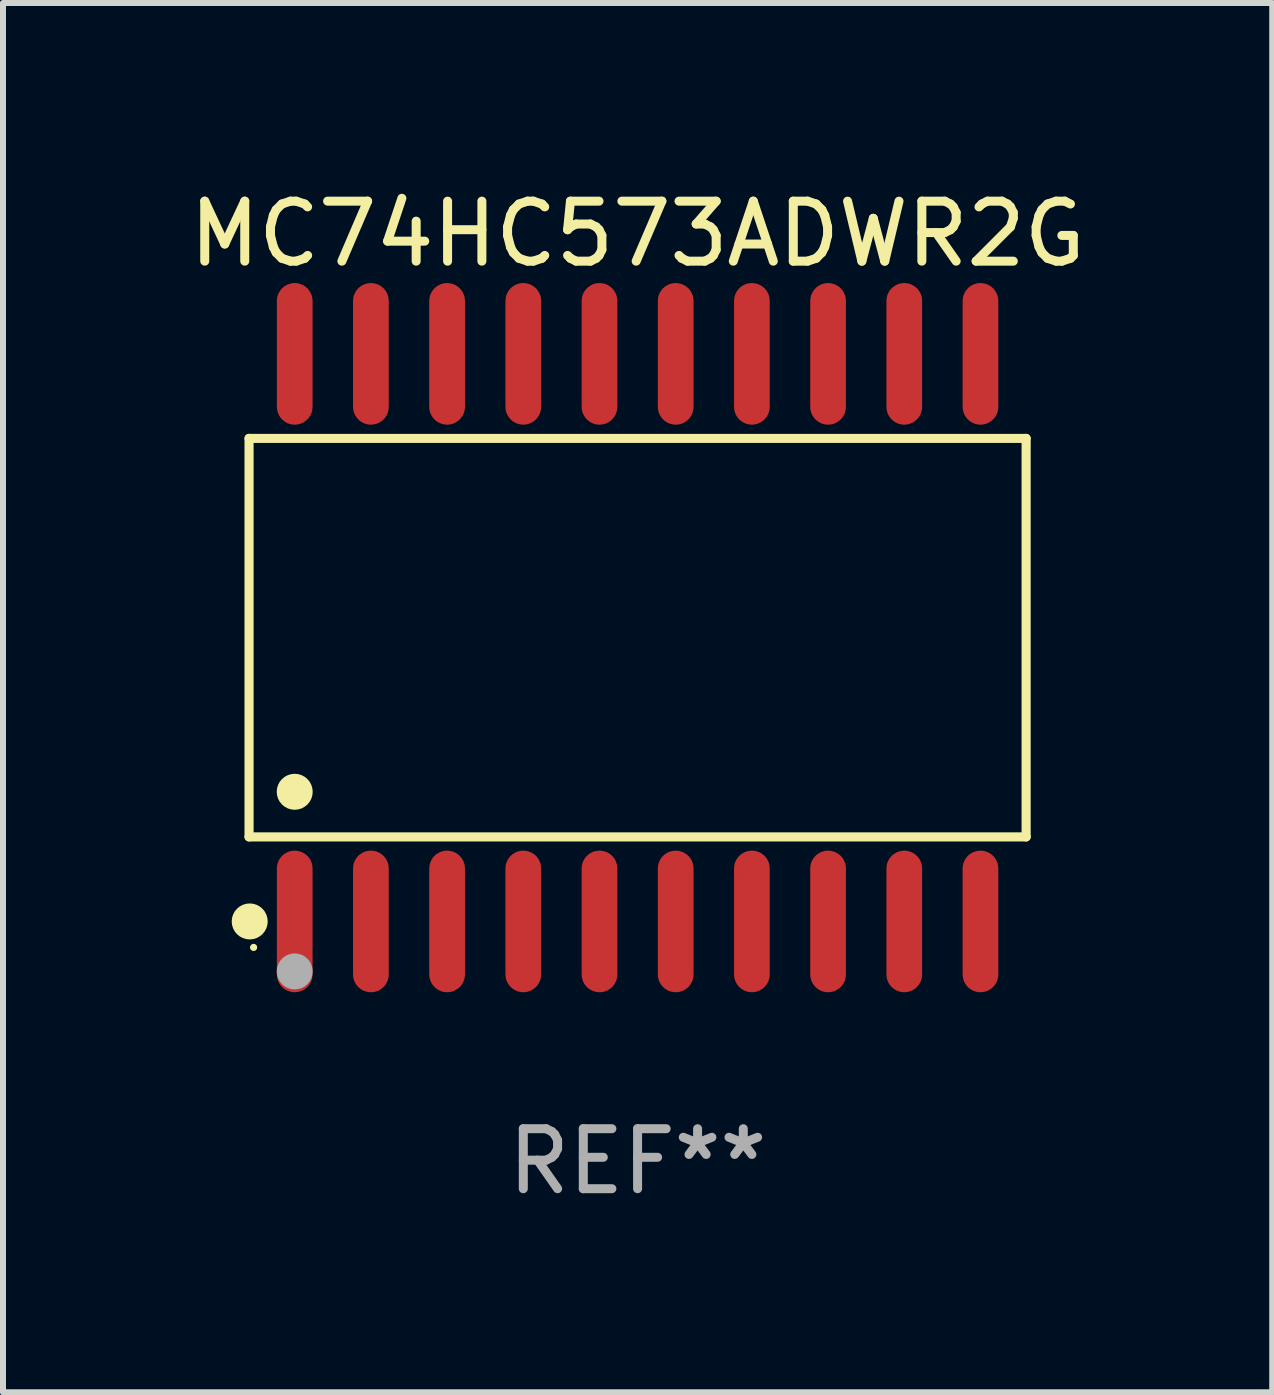
<source format=kicad_pcb>
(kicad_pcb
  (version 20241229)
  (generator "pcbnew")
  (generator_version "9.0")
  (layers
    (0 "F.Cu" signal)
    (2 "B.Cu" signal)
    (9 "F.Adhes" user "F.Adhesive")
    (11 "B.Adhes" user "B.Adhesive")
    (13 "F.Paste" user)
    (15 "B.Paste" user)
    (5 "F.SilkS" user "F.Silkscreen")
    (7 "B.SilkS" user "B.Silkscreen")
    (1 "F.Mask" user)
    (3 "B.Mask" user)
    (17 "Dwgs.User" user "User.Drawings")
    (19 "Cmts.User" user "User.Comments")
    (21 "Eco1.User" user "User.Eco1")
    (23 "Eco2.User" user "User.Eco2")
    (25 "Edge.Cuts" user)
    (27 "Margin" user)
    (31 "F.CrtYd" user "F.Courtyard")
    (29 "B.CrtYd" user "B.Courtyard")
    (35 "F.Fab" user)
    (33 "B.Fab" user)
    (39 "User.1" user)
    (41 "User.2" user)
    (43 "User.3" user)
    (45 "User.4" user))
  (footprint "MC74HC573ADWR2G"
    (layer "F.Cu")
    (at 7.577 7.578)
    (property "Reference" "MC74HC573ADWR2G" (at 0 -6.73 0) (layer "F.SilkS") (effects (font (size 1 1) (thickness 0.15))))
    (attr through_hole)
    (fp_line (start -6.476 -3.321) (end 6.476 -3.321) (stroke (width 0.152) (type solid)) (layer "F.SilkS"))
    (fp_line (start -6.476 3.321) (end -6.476 -3.321) (stroke (width 0.152) (type solid)) (layer "F.SilkS"))
    (fp_line (start 6.476 -3.321) (end 6.476 3.321) (stroke (width 0.152) (type solid)) (layer "F.SilkS"))
    (fp_line (start 6.476 3.321) (end -6.476 3.321) (stroke (width 0.152) (type solid)) (layer "F.SilkS"))
    (fp_circle (center -6.465 4.73) (end -6.315 4.73) (stroke (width 0.3) (type solid)) (fill no) (layer "F.SilkS"))
    (fp_circle (center -6.4 5.163) (end -6.37 5.163) (stroke (width 0.06) (type solid)) (fill no) (layer "F.SilkS"))
    (fp_circle (center -5.715 2.569) (end -5.565 2.569) (stroke (width 0.3) (type solid)) (fill no) (layer "F.SilkS"))
    (fp_circle (center -5.715 5.563) (end -5.565 5.563) (stroke (width 0.3) (type solid)) (fill no) (layer "F.Fab"))
    (fp_text user "REF**" (at 0 8.73 0) (layer "F.Fab") (effects (font (size 1 1) (thickness 0.15))))
    (pad "1" smd oval (at -5.715 4.73) (size 0.595 2.36) (layers "F.Cu" "F.Mask" "F.Paste"))
    (pad "2" smd oval (at -4.445 4.73) (size 0.595 2.36) (layers "F.Cu" "F.Mask" "F.Paste"))
    (pad "3" smd oval (at -3.175 4.73) (size 0.595 2.36) (layers "F.Cu" "F.Mask" "F.Paste"))
    (pad "4" smd oval (at -1.905 4.73) (size 0.595 2.36) (layers "F.Cu" "F.Mask" "F.Paste"))
    (pad "5" smd oval (at -0.635 4.73) (size 0.595 2.36) (layers "F.Cu" "F.Mask" "F.Paste"))
    (pad "6" smd oval (at 0.635 4.73) (size 0.595 2.36) (layers "F.Cu" "F.Mask" "F.Paste"))
    (pad "7" smd oval (at 1.905 4.73) (size 0.595 2.36) (layers "F.Cu" "F.Mask" "F.Paste"))
    (pad "8" smd oval (at 3.175 4.73) (size 0.595 2.36) (layers "F.Cu" "F.Mask" "F.Paste"))
    (pad "9" smd oval (at 4.445 4.73) (size 0.595 2.36) (layers "F.Cu" "F.Mask" "F.Paste"))
    (pad "10" smd oval (at 5.715 4.73) (size 0.595 2.36) (layers "F.Cu" "F.Mask" "F.Paste"))
    (pad "11" smd oval (at 5.715 -4.73) (size 0.595 2.36) (layers "F.Cu" "F.Mask" "F.Paste"))
    (pad "12" smd oval (at 4.445 -4.73) (size 0.595 2.36) (layers "F.Cu" "F.Mask" "F.Paste"))
    (pad "13" smd oval (at 3.175 -4.73) (size 0.595 2.36) (layers "F.Cu" "F.Mask" "F.Paste"))
    (pad "14" smd oval (at 1.905 -4.73) (size 0.595 2.36) (layers "F.Cu" "F.Mask" "F.Paste"))
    (pad "15" smd oval (at 0.635 -4.73) (size 0.595 2.36) (layers "F.Cu" "F.Mask" "F.Paste"))
    (pad "16" smd oval (at -0.635 -4.73) (size 0.595 2.36) (layers "F.Cu" "F.Mask" "F.Paste"))
    (pad "17" smd oval (at -1.905 -4.73) (size 0.595 2.36) (layers "F.Cu" "F.Mask" "F.Paste"))
    (pad "18" smd oval (at -3.175 -4.73) (size 0.595 2.36) (layers "F.Cu" "F.Mask" "F.Paste"))
    (pad "19" smd oval (at -4.445 -4.73) (size 0.595 2.36) (layers "F.Cu" "F.Mask" "F.Paste"))
    (pad "20" smd oval (at -5.715 -4.73) (size 0.595 2.36) (layers "F.Cu" "F.Mask" "F.Paste")))
  (gr_rect
    (start -3 -3)
    (end 18.155 20.156)
    (stroke (width 0.1) (type default))
    (fill no)
    (layer "Edge.Cuts")))
</source>
